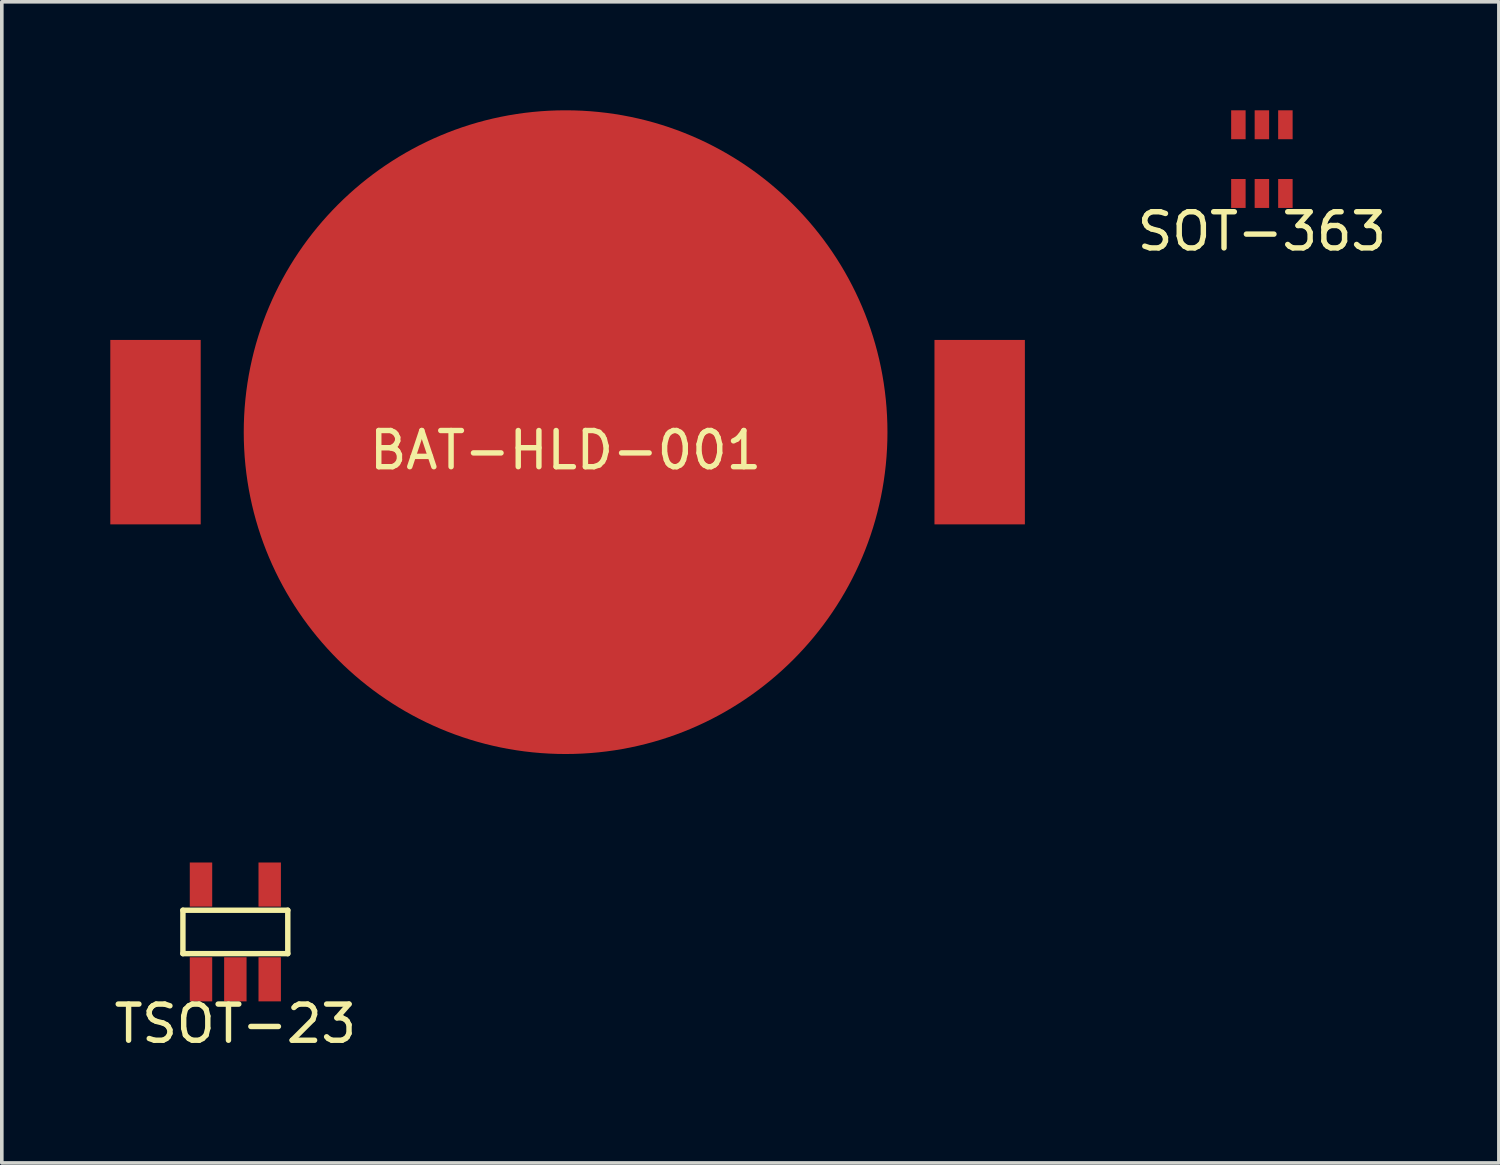
<source format=kicad_pcb>
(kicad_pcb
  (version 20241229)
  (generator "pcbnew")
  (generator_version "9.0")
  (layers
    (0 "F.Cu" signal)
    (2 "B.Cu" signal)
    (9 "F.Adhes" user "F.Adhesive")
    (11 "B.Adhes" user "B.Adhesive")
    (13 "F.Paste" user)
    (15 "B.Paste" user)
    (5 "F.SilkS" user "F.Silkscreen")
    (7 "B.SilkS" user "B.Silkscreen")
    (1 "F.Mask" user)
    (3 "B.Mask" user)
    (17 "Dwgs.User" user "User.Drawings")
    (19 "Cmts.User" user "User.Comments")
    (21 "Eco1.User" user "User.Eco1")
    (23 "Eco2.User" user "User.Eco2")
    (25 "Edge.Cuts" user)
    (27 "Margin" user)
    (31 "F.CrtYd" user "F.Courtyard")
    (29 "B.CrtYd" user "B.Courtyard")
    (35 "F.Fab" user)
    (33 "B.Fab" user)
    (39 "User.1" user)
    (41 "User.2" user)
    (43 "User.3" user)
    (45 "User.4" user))
  (footprint "SOT-363"
    (layer "F.Cu")
    (at 31.844 1.35)
    (property "Reference" "SOT-363" (at 0 2 0) (layer "F.SilkS") (effects (font (size 1 1) (thickness 0.15))))
    (attr through_hole)
    (pad "1" smd rect (at -0.65 0.95) (size 0.4 0.8) (layers "F.Cu" "F.Mask" "F.Paste"))
    (pad "2" smd rect (at 0 0.95) (size 0.4 0.8) (layers "F.Cu" "F.Mask" "F.Paste"))
    (pad "3" smd rect (at 0.65 0.95) (size 0.4 0.8) (layers "F.Cu" "F.Mask" "F.Paste"))
    (pad "4" smd rect (at 0.65 -0.95) (size 0.4 0.8) (layers "F.Cu" "F.Mask" "F.Paste"))
    (pad "5" smd rect (at 0 -0.95) (size 0.4 0.8) (layers "F.Cu" "F.Mask" "F.Paste"))
    (pad "6" smd rect (at -0.65 -0.95) (size 0.4 0.8) (layers "F.Cu" "F.Mask" "F.Paste")))
  (footprint "TSOT-23"
    (layer "F.Cu")
    (at 3.458 22.72)
    (property "Reference" "TSOT-23" (at 0 2.54 0) (layer "F.SilkS") (effects (font (size 1 1) (thickness 0.15))))
    (attr through_hole)
    (fp_line (start -1.45 -0.6) (end 1.45 -0.6) (stroke (width 0.15) (type solid)) (layer "F.SilkS"))
    (fp_line (start -1.45 0.6) (end -1.45 -0.6) (stroke (width 0.15) (type solid)) (layer "F.SilkS"))
    (fp_line (start -1.45 0.6) (end 1.45 0.6) (stroke (width 0.15) (type solid)) (layer "F.SilkS"))
    (fp_line (start 1.45 -0.6) (end 1.45 0.6) (stroke (width 0.15) (type solid)) (layer "F.SilkS"))
    (pad "1" smd rect (at -0.95 1.31) (size 0.62 1.22) (layers "F.Cu" "F.Mask" "F.Paste"))
    (pad "2" smd rect (at 0 1.31) (size 0.62 1.22) (layers "F.Cu" "F.Mask" "F.Paste"))
    (pad "3" smd rect (at 0.95 1.31) (size 0.62 1.22) (layers "F.Cu" "F.Mask" "F.Paste"))
    (pad "4" smd rect (at 0.95 -1.31) (size 0.62 1.22) (layers "F.Cu" "F.Mask" "F.Paste"))
    (pad "5" smd rect (at -0.95 -1.31) (size 0.62 1.22) (layers "F.Cu" "F.Mask" "F.Paste")))
  (footprint "BAT-HLD-001"
    (layer "F.Cu")
    (at 12.59 8.9)
    (property "Reference" "BAT-HLD-001" (at 0 0.5 0) (layer "F.SilkS") (effects (font (size 1 1) (thickness 0.15))))
    (attr through_hole)
    (pad "1" smd rect (at -11.34 0) (size 2.5 5.1) (layers "F.Cu" "F.Mask" "F.Paste"))
    (pad "1" smd rect (at 11.45 0) (size 2.5 5.1) (layers "F.Cu" "F.Mask" "F.Paste"))
    (pad "2" smd circle (at 0 0) (size 17.8 17.8) (layers "F.Cu" "F.Mask" "F.Paste")))
  (gr_rect
    (start -3 -3)
    (end 38.397 29.108)
    (stroke (width 0.1) (type default))
    (fill no)
    (layer "Edge.Cuts")))
</source>
